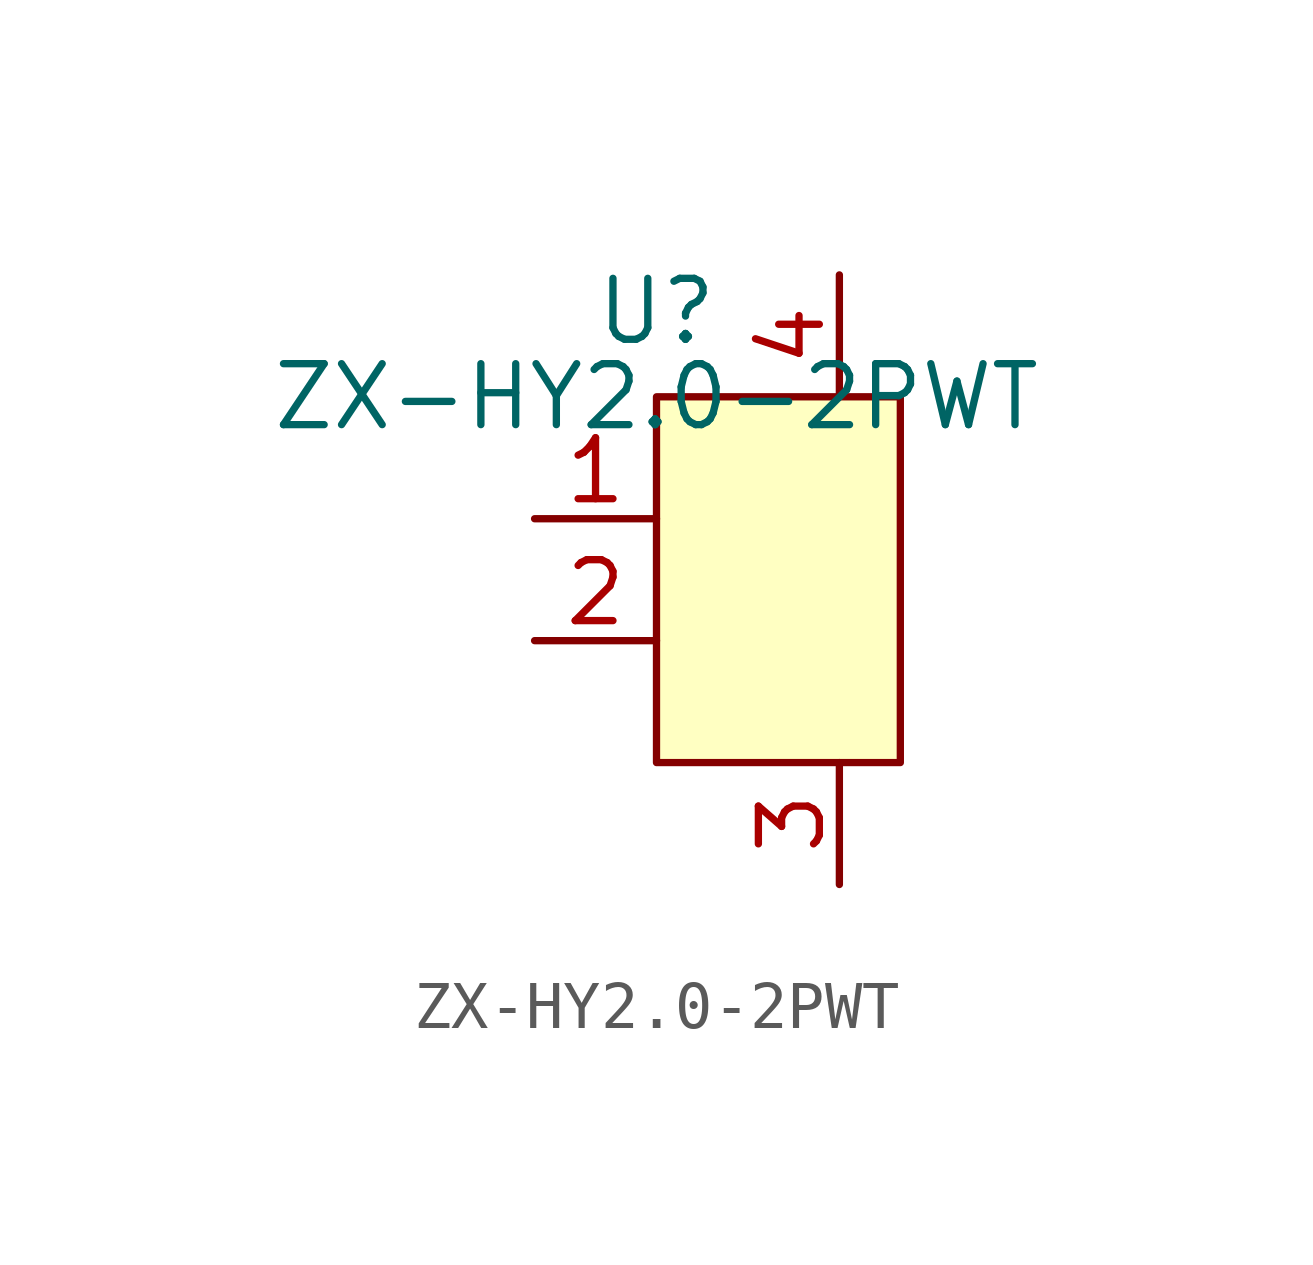
<source format=kicad_sym>
(kicad_symbol_lib
  (version 20241209)
  (generator "kicad_symbol_editor")
  (generator_version "9.0")
  (symbol "ZX-HY2.0-2PWT"
    (pin_names
      (hide yes))
    (property "Reference" "U"
      (at 0 1.778 0)
      (effects (font (size 1.27 1.27))))
    (property "Value" "ZX-HY2.0-2PWT"
      (at 0 0 0)
      (effects (font (size 1.27 1.27))))
    (symbol "ZX-HY2.0-2PWT_0_0"
      (pin unspecified line (at -2.54 -2.54 0) (length 2.54) (name "" (effects (font (size 1.27 1.27)))) (number "1" (effects (font (size 1.27 1.27)))))
      (pin unspecified line (at -2.54 -5.08 0) (length 2.54) (name "" (effects (font (size 1.27 1.27)))) (number "2" (effects (font (size 1.27 1.27)))))
      (pin unspecified line (at 3.81 2.54 270) (length 2.54) (name "PAD" (effects (font (size 1.27 1.27)))) (number "4" (effects (font (size 1.27 1.27)))))
      (pin unspecified line (at 3.81 -10.16 90) (length 2.54) (name "PAD" (effects (font (size 1.27 1.27)))) (number "3" (effects (font (size 1.27 1.27))))))
    (symbol "ZX-HY2.0-2PWT_1_1"
      (rectangle (start 0 0) (end 5.08 -7.62) (stroke (width 0) (type solid)) (fill (type background))))))
</source>
